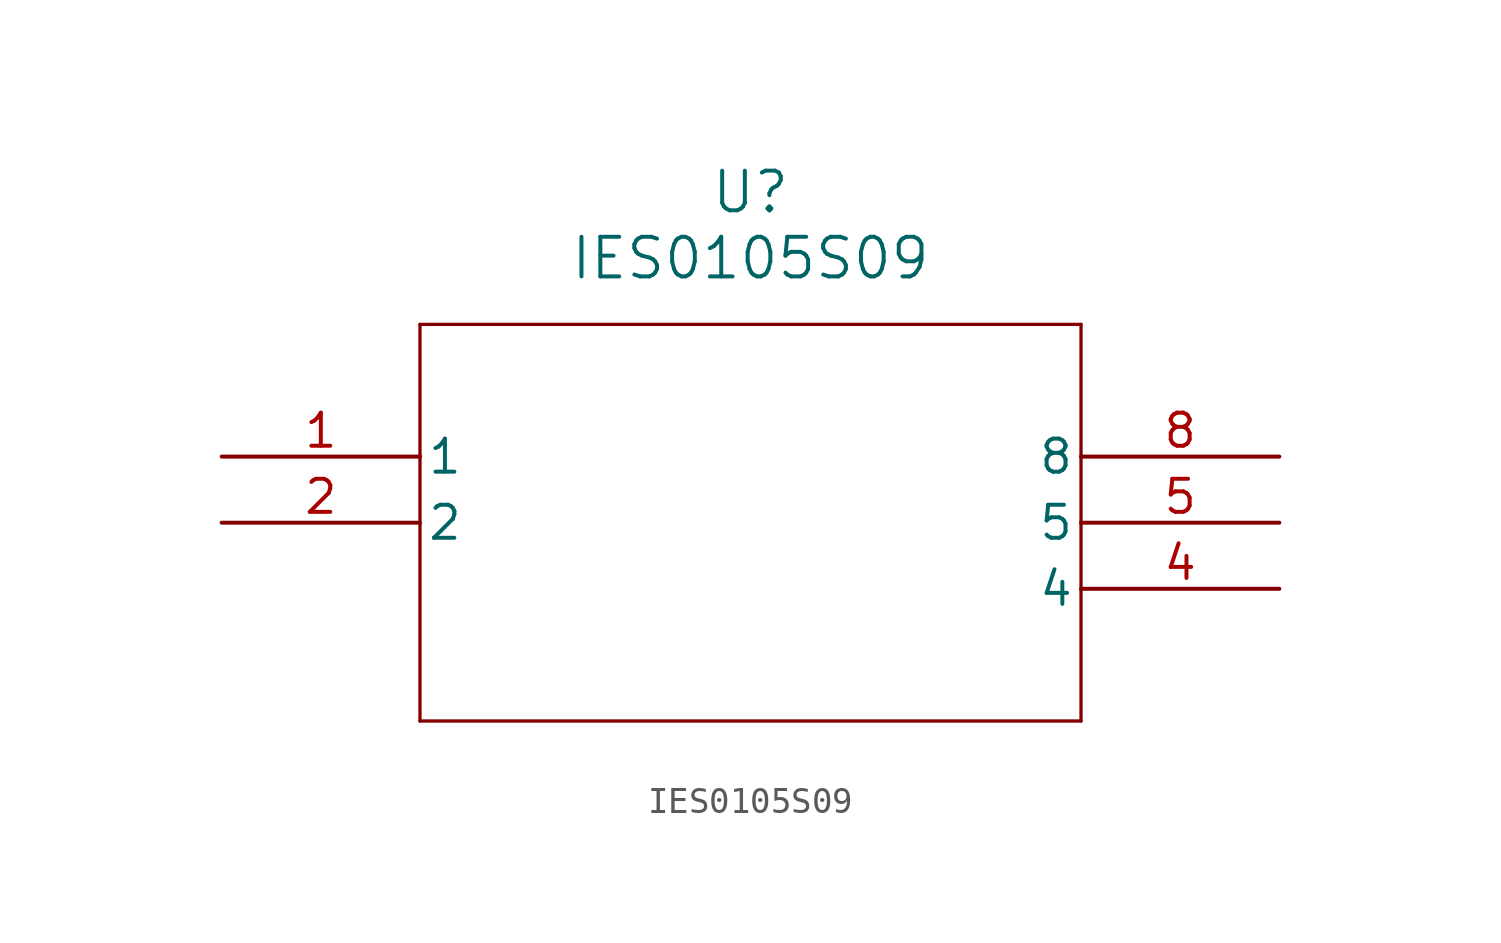
<source format=kicad_sym>
(kicad_symbol_lib
  (version 20211014)
  (generator kicad_symbol_editor)
  (symbol "IES0105S09"
    (pin_names
      (offset 0.254))
    (property "Reference" "U"
      (at 20.32 10.16 0)
      (effects (font (size 1.524 1.524))))
    (property "Value" "IES0105S09"
      (at 20.32 7.62 0)
      (effects (font (size 1.524 1.524))))
    (symbol "IES0105S09_0_1"
      (polyline (pts (xy 7.62 5.08) (xy 7.62 -10.16)) (stroke (width 0.127) (type default) (color 0 0 0 0)) (fill (type none)))
      (polyline (pts (xy 7.62 -10.16) (xy 33.02 -10.16)) (stroke (width 0.127) (type default) (color 0 0 0 0)) (fill (type none)))
      (polyline (pts (xy 33.02 -10.16) (xy 33.02 5.08)) (stroke (width 0.127) (type default) (color 0 0 0 0)) (fill (type none)))
      (polyline (pts (xy 33.02 5.08) (xy 7.62 5.08)) (stroke (width 0.127) (type default) (color 0 0 0 0)) (fill (type none)))
      (pin unspecified line (at 0 0 0) (length 7.62) (name "1" (effects (font (size 1.27 1.27)))) (number "1" (effects (font (size 1.27 1.27)))))
      (pin unspecified line (at 0 -2.54 0) (length 7.62) (name "2" (effects (font (size 1.27 1.27)))) (number "2" (effects (font (size 1.27 1.27)))))
      (pin unspecified line (at 40.64 -5.08 180) (length 7.62) (name "4" (effects (font (size 1.27 1.27)))) (number "4" (effects (font (size 1.27 1.27)))))
      (pin unspecified line (at 40.64 -2.54 180) (length 7.62) (name "5" (effects (font (size 1.27 1.27)))) (number "5" (effects (font (size 1.27 1.27)))))
      (pin unspecified line (at 40.64 0 180) (length 7.62) (name "8" (effects (font (size 1.27 1.27)))) (number "8" (effects (font (size 1.27 1.27))))))))
</source>
